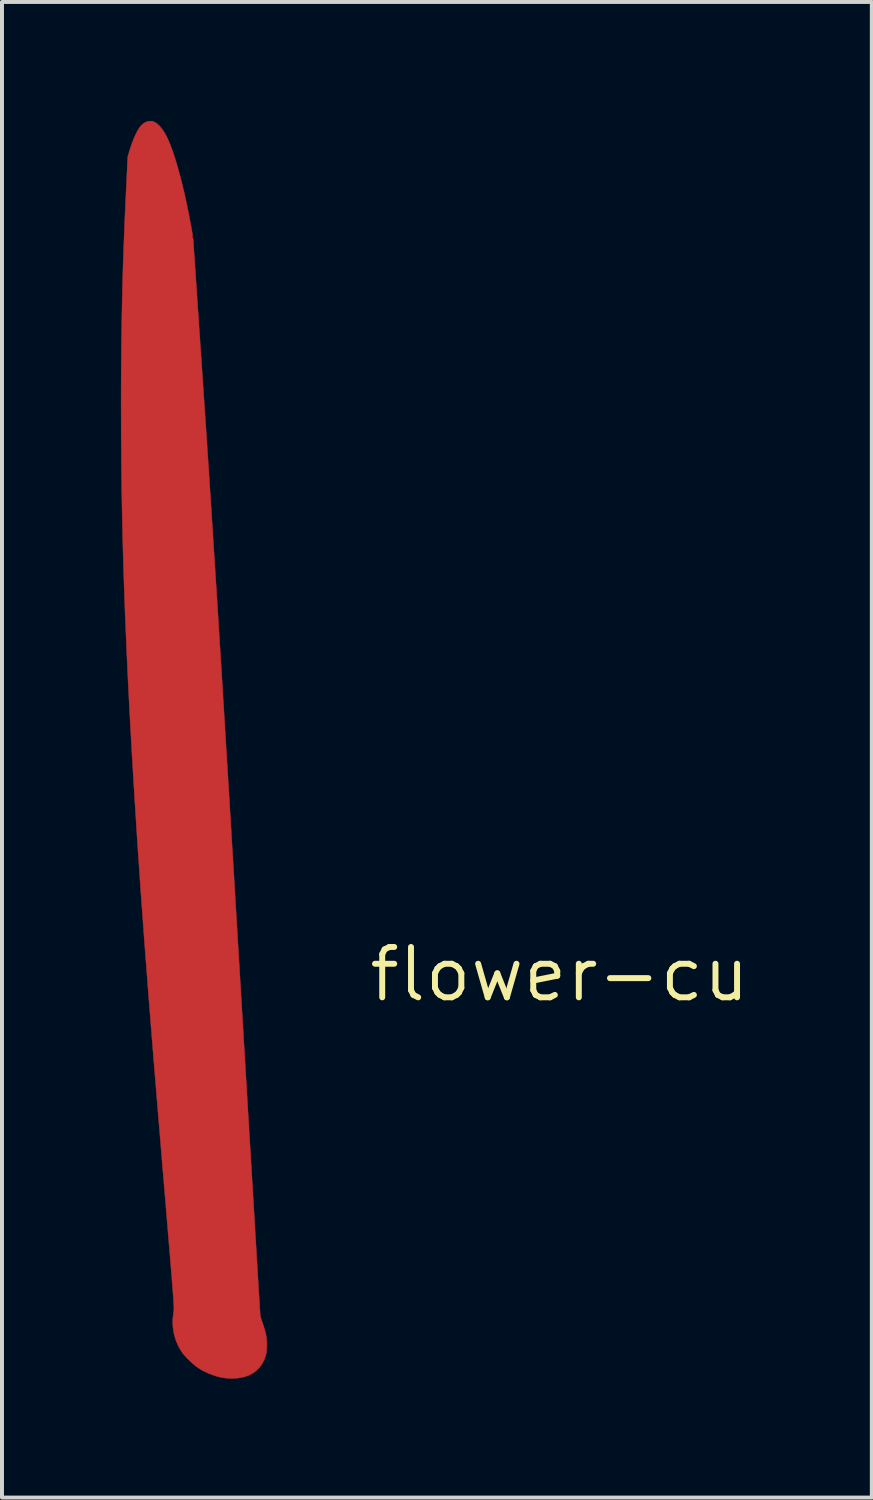
<source format=kicad_pcb>
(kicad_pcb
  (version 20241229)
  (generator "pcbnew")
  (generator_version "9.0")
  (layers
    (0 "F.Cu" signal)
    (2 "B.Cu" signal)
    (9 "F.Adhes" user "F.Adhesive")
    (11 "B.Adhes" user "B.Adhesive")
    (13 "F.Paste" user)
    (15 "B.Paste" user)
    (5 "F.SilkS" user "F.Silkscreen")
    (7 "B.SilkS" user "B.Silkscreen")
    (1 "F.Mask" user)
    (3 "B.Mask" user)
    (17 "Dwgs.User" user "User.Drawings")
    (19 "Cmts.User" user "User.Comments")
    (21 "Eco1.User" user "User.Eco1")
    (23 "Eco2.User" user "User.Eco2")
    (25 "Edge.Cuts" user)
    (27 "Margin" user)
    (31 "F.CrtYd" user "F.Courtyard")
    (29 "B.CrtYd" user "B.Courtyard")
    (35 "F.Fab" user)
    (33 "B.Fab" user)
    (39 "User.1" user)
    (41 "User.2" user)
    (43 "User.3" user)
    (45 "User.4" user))
  (footprint "flower-cu"
    (layer "F.Cu")
    (at 11.067 21.528)
    (property "Reference" "flower-cu" (at 0 0 0) (layer "F.SilkS") (effects (font (size 1.27 1.27) (thickness 0.15))))
    (attr through_hole)
    (fp_poly (pts (xy -10.278 -21.52) (xy -10.242 -21.51) (xy -10.164 -21.466) (xy -10.088 -21.398) (xy -10.014 -21.305) (xy -9.942 -21.19) (xy -9.886 -21.077) (xy -9.828 -20.941) (xy -9.768 -20.782) (xy -9.708 -20.603) (xy -9.648 -20.405) (xy -9.588 -20.19) (xy -9.528 -19.959) (xy -9.469 -19.714) (xy -9.412 -19.456) (xy -9.357 -19.187) (xy -9.305 -18.909) (xy -9.297 -18.868) (xy -9.282 -18.78) (xy -9.27 -18.714) (xy -9.263 -18.667) (xy -9.259 -18.635) (xy -9.259 -18.614) (xy -9.262 -18.603) (xy -9.268 -18.596) (xy -9.276 -18.592) (xy -9.295 -18.584) (xy -9.289 -18.581) (xy -9.274 -18.581) (xy -9.252 -18.574) (xy -9.246 -18.563) (xy -9.245 -18.549) (xy -9.242 -18.511) (xy -9.238 -18.45) (xy -9.233 -18.366) (xy -9.226 -18.261) (xy -9.217 -18.136) (xy -9.207 -17.992) (xy -9.196 -17.83) (xy -9.184 -17.651) (xy -9.171 -17.456) (xy -9.157 -17.247) (xy -9.142 -17.023) (xy -9.126 -16.787) (xy -9.109 -16.539) (xy -9.092 -16.28) (xy -9.073 -16.012) (xy -9.055 -15.735) (xy -9.035 -15.45) (xy -9.017 -15.182) (xy -8.992 -14.814) (xy -8.967 -14.446) (xy -8.942 -14.078) (xy -8.918 -13.708) (xy -8.893 -13.335) (xy -8.868 -12.96) (xy -8.843 -12.581) (xy -8.818 -12.197) (xy -8.793 -11.808) (xy -8.768 -11.413) (xy -8.742 -11.011) (xy -8.716 -10.601) (xy -8.689 -10.183) (xy -8.662 -9.756) (xy -8.634 -9.318) (xy -8.606 -8.87) (xy -8.578 -8.41) (xy -8.548 -7.938) (xy -8.518 -7.452) (xy -8.488 -6.953) (xy -8.456 -6.439) (xy -8.424 -5.91) (xy -8.391 -5.365) (xy -8.356 -4.802) (xy -8.321 -4.222) (xy -8.285 -3.623) (xy -8.248 -3.005) (xy -8.209 -2.366) (xy -8.17 -1.707) (xy -8.129 -1.026) (xy -8.087 -0.323) (xy -8.044 0.403) (xy -7.999 1.154) (xy -7.963 1.753) (xy -7.938 2.167) (xy -7.914 2.576) (xy -7.89 2.977) (xy -7.867 3.371) (xy -7.844 3.757) (xy -7.821 4.133) (xy -7.799 4.499) (xy -7.778 4.855) (xy -7.757 5.199) (xy -7.738 5.531) (xy -7.718 5.85) (xy -7.7 6.156) (xy -7.683 6.447) (xy -7.666 6.723) (xy -7.65 6.983) (xy -7.636 7.227) (xy -7.622 7.454) (xy -7.61 7.662) (xy -7.598 7.852) (xy -7.588 8.022) (xy -7.579 8.172) (xy -7.571 8.301) (xy -7.564 8.408) (xy -7.559 8.492) (xy -7.555 8.554) (xy -7.553 8.591) (xy -7.552 8.604) (xy -7.546 8.63) (xy -7.533 8.674) (xy -7.515 8.731) (xy -7.494 8.794) (xy -7.489 8.807) (xy -7.465 8.88) (xy -7.442 8.956) (xy -7.422 9.026) (xy -7.409 9.081) (xy -7.396 9.161) (xy -7.389 9.254) (xy -7.386 9.351) (xy -7.388 9.446) (xy -7.396 9.53) (xy -7.408 9.597) (xy -7.409 9.599) (xy -7.458 9.737) (xy -7.526 9.857) (xy -7.611 9.96) (xy -7.713 10.045) (xy -7.831 10.111) (xy -7.965 10.158) (xy -8.114 10.186) (xy -8.278 10.194) (xy -8.426 10.185) (xy -8.562 10.163) (xy -8.707 10.123) (xy -8.852 10.069) (xy -8.992 10.003) (xy -9.118 9.928) (xy -9.186 9.877) (xy -9.262 9.813) (xy -9.34 9.741) (xy -9.414 9.667) (xy -9.478 9.596) (xy -9.52 9.543) (xy -9.611 9.394) (xy -9.681 9.233) (xy -9.73 9.063) (xy -9.756 8.887) (xy -9.76 8.708) (xy -9.74 8.53) (xy -9.734 8.497) (xy -9.733 8.488) (xy -9.731 8.476) (xy -9.731 8.462) (xy -9.73 8.443) (xy -9.731 8.42) (xy -9.731 8.391) (xy -9.733 8.355) (xy -9.735 8.311) (xy -9.738 8.26) (xy -9.742 8.198) (xy -9.747 8.127) (xy -9.753 8.045) (xy -9.761 7.95) (xy -9.769 7.843) (xy -9.778 7.722) (xy -9.789 7.586) (xy -9.801 7.435) (xy -9.815 7.267) (xy -9.83 7.082) (xy -9.847 6.879) (xy -9.866 6.657) (xy -9.886 6.415) (xy -9.908 6.152) (xy -9.931 5.867) (xy -9.957 5.559) (xy -9.985 5.228) (xy -10.015 4.873) (xy -10.015 4.871) (xy -10.064 4.279) (xy -10.112 3.711) (xy -10.157 3.166) (xy -10.2 2.643) (xy -10.241 2.139) (xy -10.28 1.655) (xy -10.317 1.189) (xy -10.353 0.74) (xy -10.387 0.306) (xy -10.419 -0.114) (xy -10.45 -0.521) (xy -10.48 -0.915) (xy -10.508 -1.3) (xy -10.535 -1.675) (xy -10.562 -2.042) (xy -10.587 -2.402) (xy -10.611 -2.756) (xy -10.635 -3.106) (xy -10.658 -3.452) (xy -10.68 -3.797) (xy -10.702 -4.141) (xy -10.706 -4.21) (xy -10.749 -4.906) (xy -10.789 -5.578) (xy -10.825 -6.229) (xy -10.859 -6.86) (xy -10.89 -7.473) (xy -10.918 -8.071) (xy -10.943 -8.655) (xy -10.966 -9.227) (xy -10.986 -9.789) (xy -11.004 -10.342) (xy -11.019 -10.889) (xy -11.032 -11.432) (xy -11.042 -11.972) (xy -11.05 -12.511) (xy -11.056 -13.052) (xy -11.06 -13.595) (xy -11.061 -14.144) (xy -11.062 -14.351) (xy -11.061 -14.881) (xy -11.058 -15.389) (xy -11.054 -15.88) (xy -11.047 -16.355) (xy -11.039 -16.821) (xy -11.029 -17.279) (xy -11.017 -17.733) (xy -11.002 -18.188) (xy -10.985 -18.647) (xy -10.966 -19.113) (xy -10.944 -19.59) (xy -10.94 -19.679) (xy -10.894 -20.631) (xy -10.832 -20.834) (xy -10.793 -20.951) (xy -10.749 -21.065) (xy -10.703 -21.171) (xy -10.656 -21.265) (xy -10.61 -21.343) (xy -10.568 -21.401) (xy -10.565 -21.405) (xy -10.499 -21.464) (xy -10.427 -21.504) (xy -10.352 -21.523) (xy -10.278 -21.52)) (stroke (width 0.01) (type solid)) (fill yes) (layer "F.Cu")))
  (gr_rect
    (start -3 -3)
    (end 18.942 34.727)
    (stroke (width 0.1) (type default))
    (fill no)
    (layer "Edge.Cuts")))
</source>
